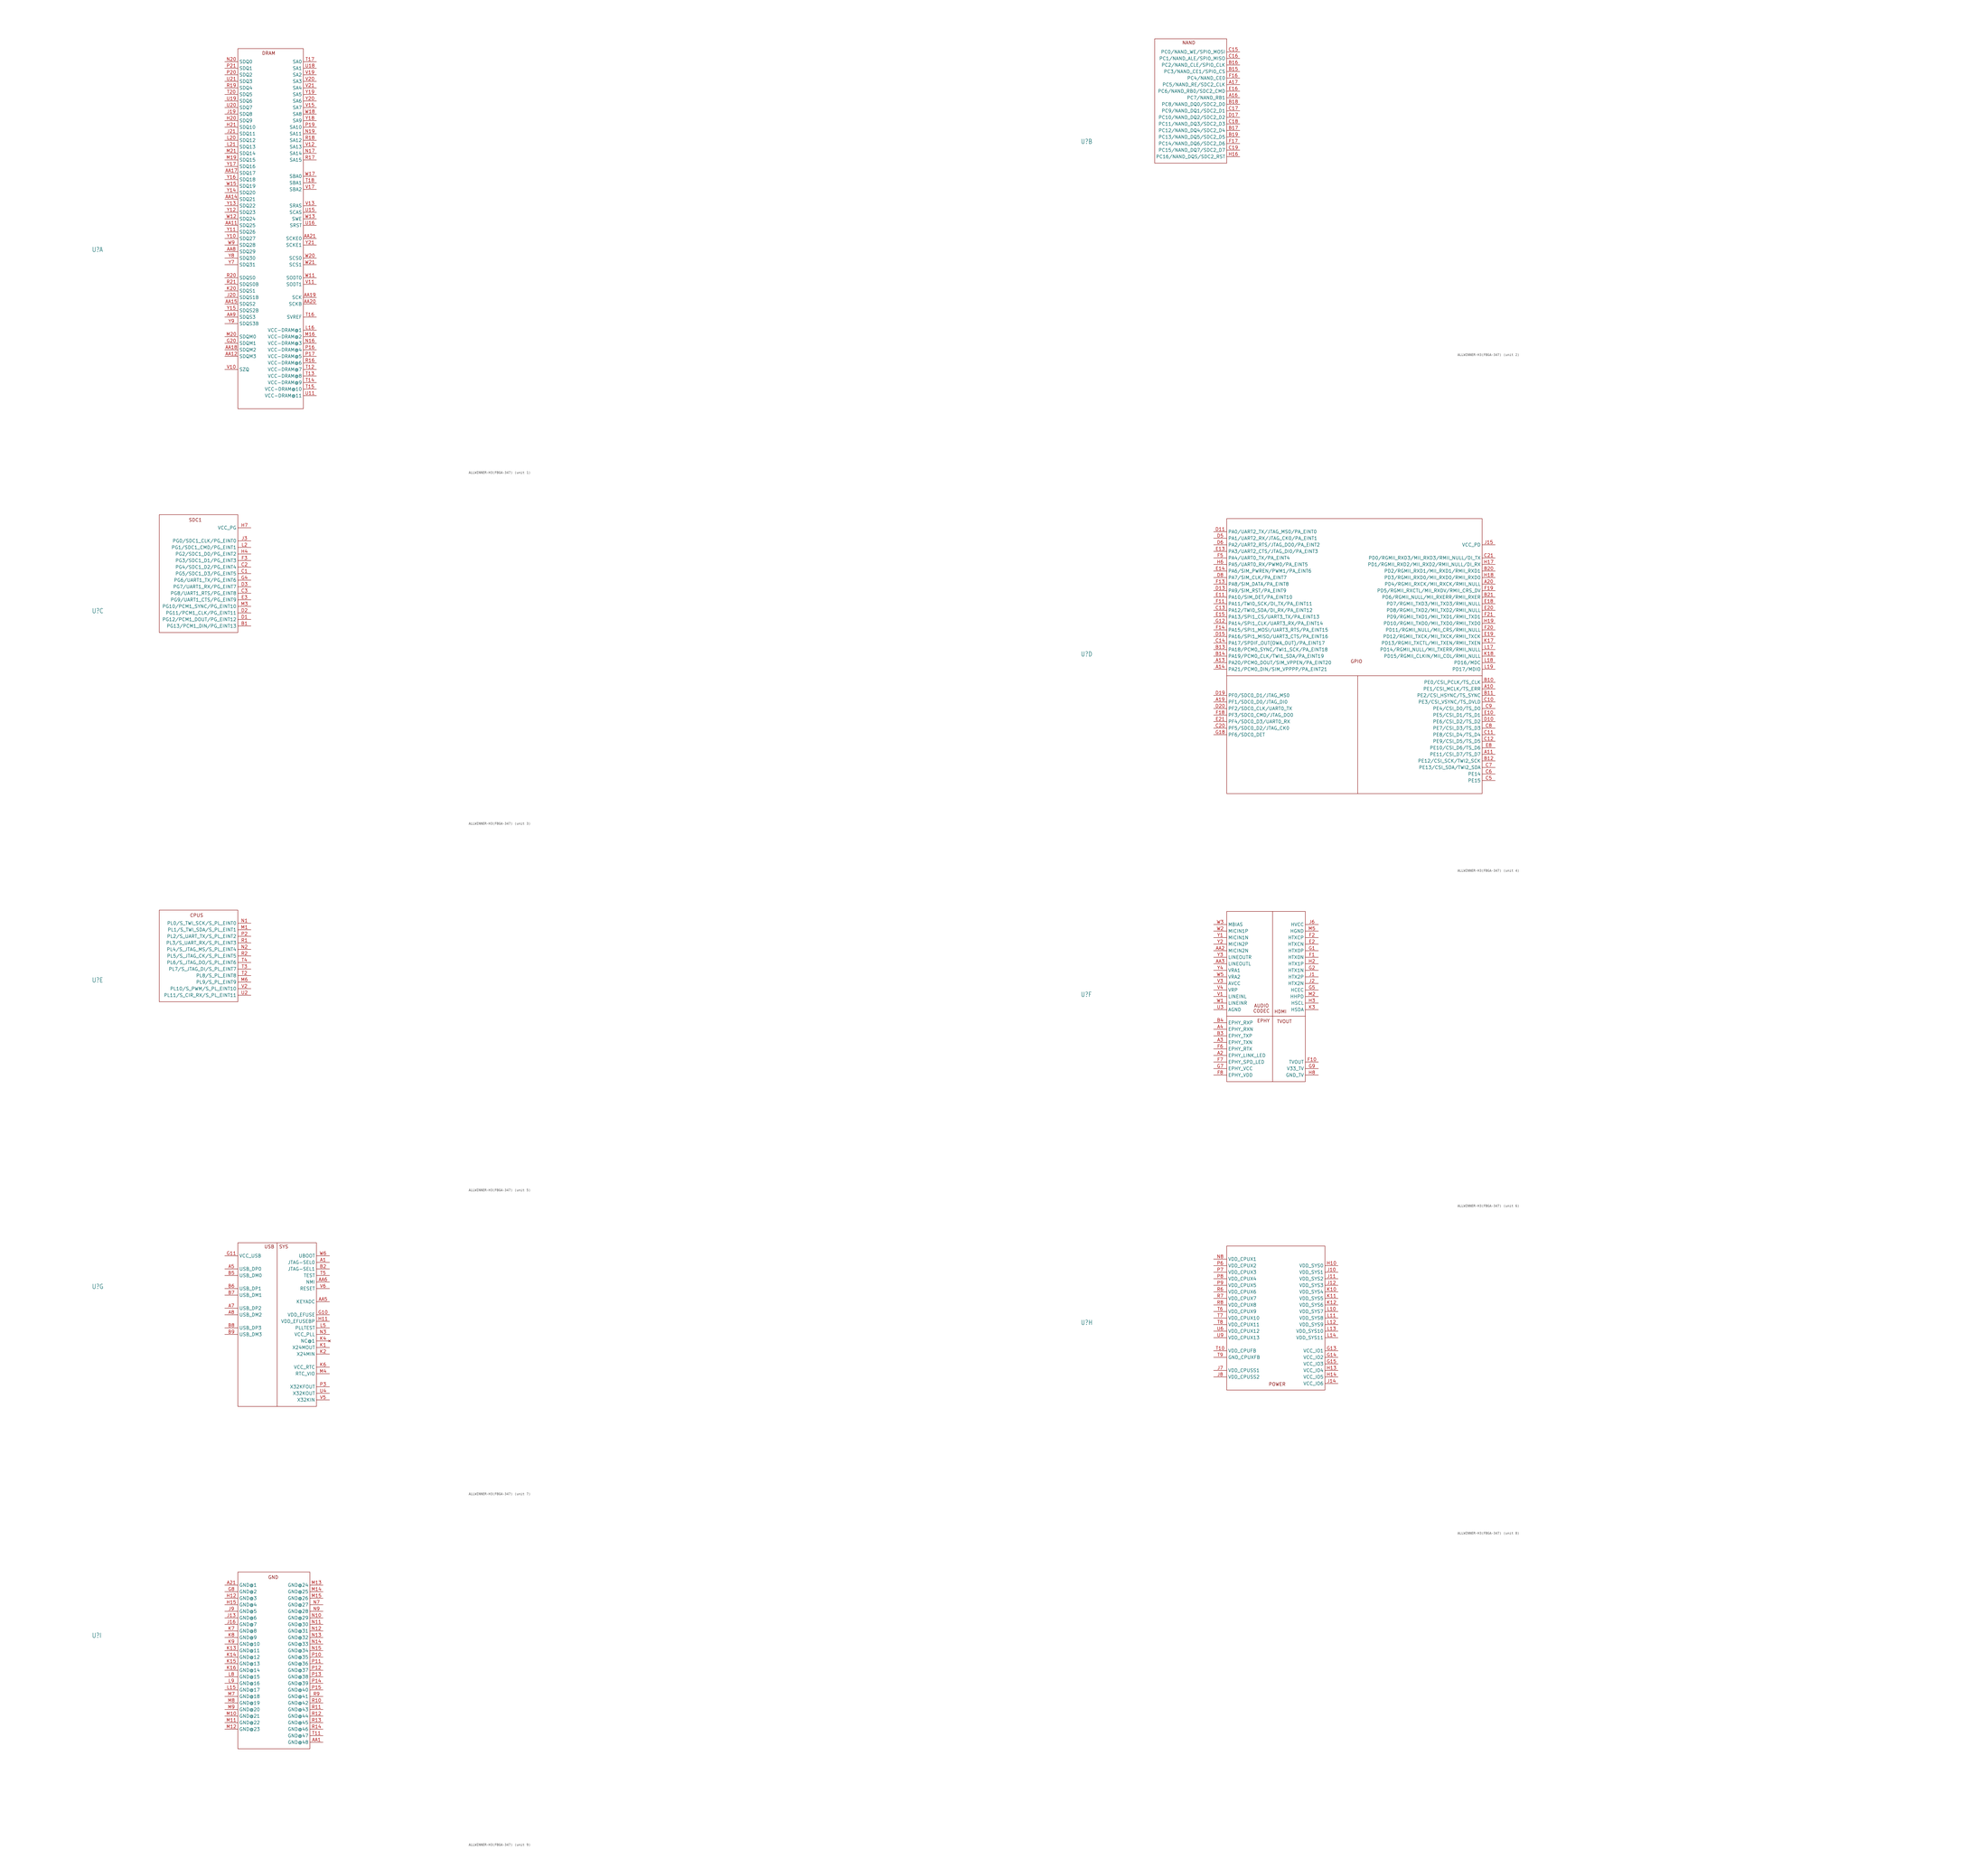
<source format=kicad_sym>
(kicad_symbol_lib
  (version 20231120)
  (generator "kicad_symbol_editor")
  (generator_version "8.0")
  (symbol "ALLWINNER-H3(FBGA-347)"
    (property "Reference" "U"
      (at -56.642 4.826 0)
      (effects (font (size 1.778 1.511)) (justify left bottom)))
    (property "Value" ""
      (at 259.08 -64.77 0)
      (effects (font (size 1.778 1.511)) (justify left bottom)))
    (property "ki_locked" ""
      (at 0 0 0)
      (effects (font (size 1.27 1.27))))
    (symbol "ALLWINNER-H3(FBGA-347)_1_0"
      (pin bidirectional line (at -5.08 15.24 0) (length 5.08) (name "SDQ25" (effects (font (size 1.27 1.27)))) (number "AA11" (effects (font (size 1.27 1.27)))))
      (pin output line (at -5.08 -35.56 0) (length 5.08) (name "SDQM3" (effects (font (size 1.27 1.27)))) (number "AA12" (effects (font (size 1.27 1.27)))))
      (pin bidirectional line (at -5.08 25.4 0) (length 5.08) (name "SDQ21" (effects (font (size 1.27 1.27)))) (number "AA14" (effects (font (size 1.27 1.27)))))
      (pin bidirectional line (at -5.08 -15.24 0) (length 5.08) (name "SDQS2" (effects (font (size 1.27 1.27)))) (number "AA15" (effects (font (size 1.27 1.27)))))
      (pin bidirectional line (at -5.08 35.56 0) (length 5.08) (name "SDQ17" (effects (font (size 1.27 1.27)))) (number "AA17" (effects (font (size 1.27 1.27)))))
      (pin output line (at -5.08 -33.02 0) (length 5.08) (name "SDQM2" (effects (font (size 1.27 1.27)))) (number "AA18" (effects (font (size 1.27 1.27)))))
      (pin output line (at 30.48 -12.7 180) (length 5.08) (name "SCK" (effects (font (size 1.27 1.27)))) (number "AA19" (effects (font (size 1.27 1.27)))))
      (pin output line (at 30.48 -15.24 180) (length 5.08) (name "SCKB" (effects (font (size 1.27 1.27)))) (number "AA20" (effects (font (size 1.27 1.27)))))
      (pin output line (at 30.48 10.16 180) (length 5.08) (name "SCKE0" (effects (font (size 1.27 1.27)))) (number "AA21" (effects (font (size 1.27 1.27)))))
      (pin bidirectional line (at -5.08 5.08 0) (length 5.08) (name "SDQ29" (effects (font (size 1.27 1.27)))) (number "AA8" (effects (font (size 1.27 1.27)))))
      (pin bidirectional line (at -5.08 -20.32 0) (length 5.08) (name "SDQS3" (effects (font (size 1.27 1.27)))) (number "AA9" (effects (font (size 1.27 1.27)))))
      (pin output line (at -5.08 -30.48 0) (length 5.08) (name "SDQM1" (effects (font (size 1.27 1.27)))) (number "G20" (effects (font (size 1.27 1.27)))))
      (pin bidirectional line (at -5.08 55.88 0) (length 5.08) (name "SDQ9" (effects (font (size 1.27 1.27)))) (number "H20" (effects (font (size 1.27 1.27)))))
      (pin bidirectional line (at -5.08 53.34 0) (length 5.08) (name "SDQ10" (effects (font (size 1.27 1.27)))) (number "H21" (effects (font (size 1.27 1.27)))))
      (pin bidirectional line (at -5.08 58.42 0) (length 5.08) (name "SDQ8" (effects (font (size 1.27 1.27)))) (number "J19" (effects (font (size 1.27 1.27)))))
      (pin bidirectional line (at -5.08 -12.7 0) (length 5.08) (name "SDQS1B" (effects (font (size 1.27 1.27)))) (number "J20" (effects (font (size 1.27 1.27)))))
      (pin bidirectional line (at -5.08 50.8 0) (length 5.08) (name "SDQ11" (effects (font (size 1.27 1.27)))) (number "J21" (effects (font (size 1.27 1.27)))))
      (pin bidirectional line (at -5.08 -10.16 0) (length 5.08) (name "SDQS1" (effects (font (size 1.27 1.27)))) (number "K20" (effects (font (size 1.27 1.27)))))
      (pin power_in line (at 30.48 -25.4 180) (length 5.08) (name "VCC-DRAM@1" (effects (font (size 1.27 1.27)))) (number "L16" (effects (font (size 1.27 1.27)))))
      (pin bidirectional line (at -5.08 48.26 0) (length 5.08) (name "SDQ12" (effects (font (size 1.27 1.27)))) (number "L20" (effects (font (size 1.27 1.27)))))
      (pin bidirectional line (at -5.08 45.72 0) (length 5.08) (name "SDQ13" (effects (font (size 1.27 1.27)))) (number "L21" (effects (font (size 1.27 1.27)))))
      (pin power_in line (at 30.48 -27.94 180) (length 5.08) (name "VCC-DRAM@2" (effects (font (size 1.27 1.27)))) (number "M16" (effects (font (size 1.27 1.27)))))
      (pin bidirectional line (at -5.08 40.64 0) (length 5.08) (name "SDQ15" (effects (font (size 1.27 1.27)))) (number "M19" (effects (font (size 1.27 1.27)))))
      (pin output line (at -5.08 -27.94 0) (length 5.08) (name "SDQM0" (effects (font (size 1.27 1.27)))) (number "M20" (effects (font (size 1.27 1.27)))))
      (pin bidirectional line (at -5.08 43.18 0) (length 5.08) (name "SDQ14" (effects (font (size 1.27 1.27)))) (number "M21" (effects (font (size 1.27 1.27)))))
      (pin power_in line (at 30.48 -30.48 180) (length 5.08) (name "VCC-DRAM@3" (effects (font (size 1.27 1.27)))) (number "N16" (effects (font (size 1.27 1.27)))))
      (pin bidirectional line (at 30.48 43.18 180) (length 5.08) (name "SA14" (effects (font (size 1.27 1.27)))) (number "N17" (effects (font (size 1.27 1.27)))))
      (pin bidirectional line (at 30.48 50.8 180) (length 5.08) (name "SA11" (effects (font (size 1.27 1.27)))) (number "N19" (effects (font (size 1.27 1.27)))))
      (pin bidirectional line (at -5.08 78.74 0) (length 5.08) (name "SDQ0" (effects (font (size 1.27 1.27)))) (number "N20" (effects (font (size 1.27 1.27)))))
      (pin power_in line (at 30.48 -33.02 180) (length 5.08) (name "VCC-DRAM@4" (effects (font (size 1.27 1.27)))) (number "P16" (effects (font (size 1.27 1.27)))))
      (pin power_in line (at 30.48 -35.56 180) (length 5.08) (name "VCC-DRAM@5" (effects (font (size 1.27 1.27)))) (number "P17" (effects (font (size 1.27 1.27)))))
      (pin bidirectional line (at 30.48 53.34 180) (length 5.08) (name "SA10" (effects (font (size 1.27 1.27)))) (number "P19" (effects (font (size 1.27 1.27)))))
      (pin bidirectional line (at -5.08 73.66 0) (length 5.08) (name "SDQ2" (effects (font (size 1.27 1.27)))) (number "P20" (effects (font (size 1.27 1.27)))))
      (pin bidirectional line (at -5.08 76.2 0) (length 5.08) (name "SDQ1" (effects (font (size 1.27 1.27)))) (number "P21" (effects (font (size 1.27 1.27)))))
      (pin power_in line (at 30.48 -38.1 180) (length 5.08) (name "VCC-DRAM@6" (effects (font (size 1.27 1.27)))) (number "R16" (effects (font (size 1.27 1.27)))))
      (pin bidirectional line (at 30.48 40.64 180) (length 5.08) (name "SA15" (effects (font (size 1.27 1.27)))) (number "R17" (effects (font (size 1.27 1.27)))))
      (pin bidirectional line (at 30.48 48.26 180) (length 5.08) (name "SA12" (effects (font (size 1.27 1.27)))) (number "R18" (effects (font (size 1.27 1.27)))))
      (pin bidirectional line (at -5.08 68.58 0) (length 5.08) (name "SDQ4" (effects (font (size 1.27 1.27)))) (number "R19" (effects (font (size 1.27 1.27)))))
      (pin bidirectional line (at -5.08 -5.08 0) (length 5.08) (name "SDQS0" (effects (font (size 1.27 1.27)))) (number "R20" (effects (font (size 1.27 1.27)))))
      (pin bidirectional line (at -5.08 -7.62 0) (length 5.08) (name "SDQS0B" (effects (font (size 1.27 1.27)))) (number "R21" (effects (font (size 1.27 1.27)))))
      (pin power_in line (at 30.48 -40.64 180) (length 5.08) (name "VCC-DRAM@7" (effects (font (size 1.27 1.27)))) (number "T12" (effects (font (size 1.27 1.27)))))
      (pin power_in line (at 30.48 -43.18 180) (length 5.08) (name "VCC-DRAM@8" (effects (font (size 1.27 1.27)))) (number "T13" (effects (font (size 1.27 1.27)))))
      (pin power_in line (at 30.48 -45.72 180) (length 5.08) (name "VCC-DRAM@9" (effects (font (size 1.27 1.27)))) (number "T14" (effects (font (size 1.27 1.27)))))
      (pin power_in line (at 30.48 -48.26 180) (length 5.08) (name "VCC-DRAM@10" (effects (font (size 1.27 1.27)))) (number "T15" (effects (font (size 1.27 1.27)))))
      (pin power_in line (at 30.48 -20.32 180) (length 5.08) (name "SVREF" (effects (font (size 1.27 1.27)))) (number "T16" (effects (font (size 1.27 1.27)))))
      (pin bidirectional line (at 30.48 78.74 180) (length 5.08) (name "SA0" (effects (font (size 1.27 1.27)))) (number "T17" (effects (font (size 1.27 1.27)))))
      (pin output line (at 30.48 31.75 180) (length 5.08) (name "SBA1" (effects (font (size 1.27 1.27)))) (number "T18" (effects (font (size 1.27 1.27)))))
      (pin bidirectional line (at -5.08 66.04 0) (length 5.08) (name "SDQ5" (effects (font (size 1.27 1.27)))) (number "T20" (effects (font (size 1.27 1.27)))))
      (pin power_in line (at 30.48 -50.8 180) (length 5.08) (name "VCC-DRAM@11" (effects (font (size 1.27 1.27)))) (number "U11" (effects (font (size 1.27 1.27)))))
      (pin output line (at 30.48 20.32 180) (length 5.08) (name "SCAS" (effects (font (size 1.27 1.27)))) (number "U15" (effects (font (size 1.27 1.27)))))
      (pin output line (at 30.48 15.24 180) (length 5.08) (name "SRST" (effects (font (size 1.27 1.27)))) (number "U16" (effects (font (size 1.27 1.27)))))
      (pin bidirectional line (at 30.48 76.2 180) (length 5.08) (name "SA1" (effects (font (size 1.27 1.27)))) (number "U18" (effects (font (size 1.27 1.27)))))
      (pin bidirectional line (at -5.08 63.5 0) (length 5.08) (name "SDQ6" (effects (font (size 1.27 1.27)))) (number "U19" (effects (font (size 1.27 1.27)))))
      (pin bidirectional line (at -5.08 60.96 0) (length 5.08) (name "SDQ7" (effects (font (size 1.27 1.27)))) (number "U20" (effects (font (size 1.27 1.27)))))
      (pin bidirectional line (at -5.08 71.12 0) (length 5.08) (name "SDQ3" (effects (font (size 1.27 1.27)))) (number "U21" (effects (font (size 1.27 1.27)))))
      (pin input line (at -5.08 -40.64 0) (length 5.08) (name "SZQ" (effects (font (size 1.27 1.27)))) (number "V10" (effects (font (size 1.27 1.27)))))
      (pin output line (at 30.48 -7.62 180) (length 5.08) (name "SODT1" (effects (font (size 1.27 1.27)))) (number "V11" (effects (font (size 1.27 1.27)))))
      (pin bidirectional line (at 30.48 45.72 180) (length 5.08) (name "SA13" (effects (font (size 1.27 1.27)))) (number "V12" (effects (font (size 1.27 1.27)))))
      (pin output line (at 30.48 22.86 180) (length 5.08) (name "SRAS" (effects (font (size 1.27 1.27)))) (number "V13" (effects (font (size 1.27 1.27)))))
      (pin bidirectional line (at 30.48 60.96 180) (length 5.08) (name "SA7" (effects (font (size 1.27 1.27)))) (number "V15" (effects (font (size 1.27 1.27)))))
      (pin output line (at 30.48 29.21 180) (length 5.08) (name "SBA2" (effects (font (size 1.27 1.27)))) (number "V17" (effects (font (size 1.27 1.27)))))
      (pin bidirectional line (at 30.48 73.66 180) (length 5.08) (name "SA2" (effects (font (size 1.27 1.27)))) (number "V19" (effects (font (size 1.27 1.27)))))
      (pin bidirectional line (at 30.48 71.12 180) (length 5.08) (name "SA3" (effects (font (size 1.27 1.27)))) (number "V20" (effects (font (size 1.27 1.27)))))
      (pin bidirectional line (at 30.48 68.58 180) (length 5.08) (name "SA4" (effects (font (size 1.27 1.27)))) (number "V21" (effects (font (size 1.27 1.27)))))
      (pin output line (at 30.48 -5.08 180) (length 5.08) (name "SODT0" (effects (font (size 1.27 1.27)))) (number "W11" (effects (font (size 1.27 1.27)))))
      (pin bidirectional line (at -5.08 17.78 0) (length 5.08) (name "SDQ24" (effects (font (size 1.27 1.27)))) (number "W12" (effects (font (size 1.27 1.27)))))
      (pin output line (at 30.48 17.78 180) (length 5.08) (name "SWE" (effects (font (size 1.27 1.27)))) (number "W13" (effects (font (size 1.27 1.27)))))
      (pin bidirectional line (at -5.08 30.48 0) (length 5.08) (name "SDQ19" (effects (font (size 1.27 1.27)))) (number "W15" (effects (font (size 1.27 1.27)))))
      (pin output line (at 30.48 34.29 180) (length 5.08) (name "SBA0" (effects (font (size 1.27 1.27)))) (number "W17" (effects (font (size 1.27 1.27)))))
      (pin bidirectional line (at 30.48 58.42 180) (length 5.08) (name "SA8" (effects (font (size 1.27 1.27)))) (number "W18" (effects (font (size 1.27 1.27)))))
      (pin output line (at 30.48 2.54 180) (length 5.08) (name "SCS0" (effects (font (size 1.27 1.27)))) (number "W20" (effects (font (size 1.27 1.27)))))
      (pin output line (at 30.48 0 180) (length 5.08) (name "SCS1" (effects (font (size 1.27 1.27)))) (number "W21" (effects (font (size 1.27 1.27)))))
      (pin bidirectional line (at -5.08 7.62 0) (length 5.08) (name "SDQ28" (effects (font (size 1.27 1.27)))) (number "W9" (effects (font (size 1.27 1.27)))))
      (pin bidirectional line (at -5.08 10.16 0) (length 5.08) (name "SDQ27" (effects (font (size 1.27 1.27)))) (number "Y10" (effects (font (size 1.27 1.27)))))
      (pin bidirectional line (at -5.08 12.7 0) (length 5.08) (name "SDQ26" (effects (font (size 1.27 1.27)))) (number "Y11" (effects (font (size 1.27 1.27)))))
      (pin bidirectional line (at -5.08 20.32 0) (length 5.08) (name "SDQ23" (effects (font (size 1.27 1.27)))) (number "Y12" (effects (font (size 1.27 1.27)))))
      (pin bidirectional line (at -5.08 22.86 0) (length 5.08) (name "SDQ22" (effects (font (size 1.27 1.27)))) (number "Y13" (effects (font (size 1.27 1.27)))))
      (pin bidirectional line (at -5.08 27.94 0) (length 5.08) (name "SDQ20" (effects (font (size 1.27 1.27)))) (number "Y14" (effects (font (size 1.27 1.27)))))
      (pin bidirectional line (at -5.08 -17.78 0) (length 5.08) (name "SDQS2B" (effects (font (size 1.27 1.27)))) (number "Y15" (effects (font (size 1.27 1.27)))))
      (pin bidirectional line (at -5.08 33.02 0) (length 5.08) (name "SDQ18" (effects (font (size 1.27 1.27)))) (number "Y16" (effects (font (size 1.27 1.27)))))
      (pin bidirectional line (at -5.08 38.1 0) (length 5.08) (name "SDQ16" (effects (font (size 1.27 1.27)))) (number "Y17" (effects (font (size 1.27 1.27)))))
      (pin bidirectional line (at 30.48 55.88 180) (length 5.08) (name "SA9" (effects (font (size 1.27 1.27)))) (number "Y18" (effects (font (size 1.27 1.27)))))
      (pin bidirectional line (at 30.48 66.04 180) (length 5.08) (name "SA5" (effects (font (size 1.27 1.27)))) (number "Y19" (effects (font (size 1.27 1.27)))))
      (pin bidirectional line (at 30.48 63.5 180) (length 5.08) (name "SA6" (effects (font (size 1.27 1.27)))) (number "Y20" (effects (font (size 1.27 1.27)))))
      (pin output line (at 30.48 7.62 180) (length 5.08) (name "SCKE1" (effects (font (size 1.27 1.27)))) (number "Y21" (effects (font (size 1.27 1.27)))))
      (pin bidirectional line (at -5.08 0 0) (length 5.08) (name "SDQ31" (effects (font (size 1.27 1.27)))) (number "Y7" (effects (font (size 1.27 1.27)))))
      (pin bidirectional line (at -5.08 2.54 0) (length 5.08) (name "SDQ30" (effects (font (size 1.27 1.27)))) (number "Y8" (effects (font (size 1.27 1.27)))))
      (pin bidirectional line (at -5.08 -22.86 0) (length 5.08) (name "SDQS3B" (effects (font (size 1.27 1.27)))) (number "Y9" (effects (font (size 1.27 1.27))))))
    (symbol "ALLWINNER-H3(FBGA-347)_1_1"
      (rectangle (start 0 83.82) (end 25.4 -55.88) (stroke (width 0) (type default)) (fill (type none)))
      (text "DRAM" (at 11.938 82.042 0) (effects (font (size 1.27 1.27)))))
    (symbol "ALLWINNER-H3(FBGA-347)_2_0"
      (pin bidirectional line (at 5.08 22.86 180) (length 5.08) (name "PC7/NAND_RB1" (effects (font (size 1.27 1.27)))) (number "A16" (effects (font (size 1.27 1.27)))))
      (pin bidirectional line (at 5.08 27.94 180) (length 5.08) (name "PC5/NAND_RE/SDC2_CLK" (effects (font (size 1.27 1.27)))) (number "A17" (effects (font (size 1.27 1.27)))))
      (pin bidirectional line (at 5.08 33.02 180) (length 5.08) (name "PC3/NAND_CE1/SPI0_CS" (effects (font (size 1.27 1.27)))) (number "B15" (effects (font (size 1.27 1.27)))))
      (pin bidirectional line (at 5.08 35.56 180) (length 5.08) (name "PC2/NAND_CLE/SPI0_CLK" (effects (font (size 1.27 1.27)))) (number "B16" (effects (font (size 1.27 1.27)))))
      (pin bidirectional line (at 5.08 10.16 180) (length 5.08) (name "PC12/NAND_DQ4/SDC2_D4" (effects (font (size 1.27 1.27)))) (number "B17" (effects (font (size 1.27 1.27)))))
      (pin bidirectional line (at 5.08 20.32 180) (length 5.08) (name "PC8/NAND_DQ0/SDC2_D0" (effects (font (size 1.27 1.27)))) (number "B18" (effects (font (size 1.27 1.27)))))
      (pin bidirectional line (at 5.08 7.62 180) (length 5.08) (name "PC13/NAND_DQ5/SDC2_D5" (effects (font (size 1.27 1.27)))) (number "B19" (effects (font (size 1.27 1.27)))))
      (pin bidirectional line (at 5.08 40.64 180) (length 5.08) (name "PC0/NAND_WE/SPI0_MOSI" (effects (font (size 1.27 1.27)))) (number "C15" (effects (font (size 1.27 1.27)))))
      (pin bidirectional line (at 5.08 38.1 180) (length 5.08) (name "PC1/NAND_ALE/SPI0_MISO" (effects (font (size 1.27 1.27)))) (number "C16" (effects (font (size 1.27 1.27)))))
      (pin bidirectional line (at 5.08 17.78 180) (length 5.08) (name "PC9/NAND_DQ1/SDC2_D1" (effects (font (size 1.27 1.27)))) (number "C17" (effects (font (size 1.27 1.27)))))
      (pin bidirectional line (at 5.08 12.7 180) (length 5.08) (name "PC11/NAND_DQ3/SDC2_D3" (effects (font (size 1.27 1.27)))) (number "C18" (effects (font (size 1.27 1.27)))))
      (pin bidirectional line (at 5.08 2.54 180) (length 5.08) (name "PC15/NAND_DQ7/SDC2_D7" (effects (font (size 1.27 1.27)))) (number "C19" (effects (font (size 1.27 1.27)))))
      (pin bidirectional line (at 5.08 15.24 180) (length 5.08) (name "PC10/NAND_DQ2/SDC2_D2" (effects (font (size 1.27 1.27)))) (number "D17" (effects (font (size 1.27 1.27)))))
      (pin bidirectional line (at 5.08 25.4 180) (length 5.08) (name "PC6/NAND_RB0/SDC2_CMD" (effects (font (size 1.27 1.27)))) (number "E16" (effects (font (size 1.27 1.27)))))
      (pin bidirectional line (at 5.08 30.48 180) (length 5.08) (name "PC4/NAND_CE0" (effects (font (size 1.27 1.27)))) (number "F16" (effects (font (size 1.27 1.27)))))
      (pin bidirectional line (at 5.08 5.08 180) (length 5.08) (name "PC14/NAND_DQ6/SDC2_D6" (effects (font (size 1.27 1.27)))) (number "F17" (effects (font (size 1.27 1.27)))))
      (pin bidirectional line (at 5.08 0 180) (length 5.08) (name "PC16/NAND_DQS/SDC2_RST" (effects (font (size 1.27 1.27)))) (number "H16" (effects (font (size 1.27 1.27))))))
    (symbol "ALLWINNER-H3(FBGA-347)_2_1"
      (rectangle (start 0 45.72) (end -27.94 -2.54) (stroke (width 0) (type default)) (fill (type none)))
      (text "NAND" (at -14.732 44.196 0) (effects (font (size 1.27 1.27)))))
    (symbol "ALLWINNER-H3(FBGA-347)_3_0"
      (pin bidirectional line (at 5.08 0 180) (length 5.08) (name "PG13/PCM1_DIN/PG_EINT13" (effects (font (size 1.27 1.27)))) (number "B1" (effects (font (size 1.27 1.27)))))
      (pin bidirectional line (at 5.08 20.32 180) (length 5.08) (name "PG5/SDC1_D3/PG_EINT5" (effects (font (size 1.27 1.27)))) (number "C1" (effects (font (size 1.27 1.27)))))
      (pin bidirectional line (at 5.08 22.86 180) (length 5.08) (name "PG4/SDC1_D2/PG_EINT4" (effects (font (size 1.27 1.27)))) (number "C2" (effects (font (size 1.27 1.27)))))
      (pin bidirectional line (at 5.08 12.7 180) (length 5.08) (name "PG8/UART1_RTS/PG_EINT8" (effects (font (size 1.27 1.27)))) (number "C3" (effects (font (size 1.27 1.27)))))
      (pin bidirectional line (at 5.08 2.54 180) (length 5.08) (name "PG12/PCM1_DOUT/PG_EINT12" (effects (font (size 1.27 1.27)))) (number "D1" (effects (font (size 1.27 1.27)))))
      (pin bidirectional line (at 5.08 5.08 180) (length 5.08) (name "PG11/PCM1_CLK/PG_EINT11" (effects (font (size 1.27 1.27)))) (number "D2" (effects (font (size 1.27 1.27)))))
      (pin bidirectional line (at 5.08 15.24 180) (length 5.08) (name "PG7/UART1_RX/PG_EINT7" (effects (font (size 1.27 1.27)))) (number "D3" (effects (font (size 1.27 1.27)))))
      (pin bidirectional line (at 5.08 10.16 180) (length 5.08) (name "PG9/UART1_CTS/PG_EINT9" (effects (font (size 1.27 1.27)))) (number "E3" (effects (font (size 1.27 1.27)))))
      (pin bidirectional line (at 5.08 25.4 180) (length 5.08) (name "PG3/SDC1_D1/PG_EINT3" (effects (font (size 1.27 1.27)))) (number "F3" (effects (font (size 1.27 1.27)))))
      (pin bidirectional line (at 5.08 17.78 180) (length 5.08) (name "PG6/UART1_TX/PG_EINT6" (effects (font (size 1.27 1.27)))) (number "G4" (effects (font (size 1.27 1.27)))))
      (pin bidirectional line (at 5.08 27.94 180) (length 5.08) (name "PG2/SDC1_D0/PG_EINT2" (effects (font (size 1.27 1.27)))) (number "H4" (effects (font (size 1.27 1.27)))))
      (pin power_in line (at 5.08 38.1 180) (length 5.08) (name "VCC_PG" (effects (font (size 1.27 1.27)))) (number "H7" (effects (font (size 1.27 1.27)))))
      (pin bidirectional line (at 5.08 33.02 180) (length 5.08) (name "PG0/SDC1_CLK/PG_EINT0" (effects (font (size 1.27 1.27)))) (number "J3" (effects (font (size 1.27 1.27)))))
      (pin bidirectional line (at 5.08 30.48 180) (length 5.08) (name "PG1/SDC1_CMD/PG_EINT1" (effects (font (size 1.27 1.27)))) (number "L2" (effects (font (size 1.27 1.27)))))
      (pin bidirectional line (at 5.08 7.62 180) (length 5.08) (name "PG10/PCM1_SYNC/PG_EINT10" (effects (font (size 1.27 1.27)))) (number "M3" (effects (font (size 1.27 1.27))))))
    (symbol "ALLWINNER-H3(FBGA-347)_3_1"
      (rectangle (start 0 43.18) (end -30.48 -2.54) (stroke (width 0) (type default)) (fill (type none)))
      (text "SDC1" (at -16.51 41.148 0) (effects (font (size 1.27 1.27)))))
    (symbol "ALLWINNER-H3(FBGA-347)_4_0"
      (pin bidirectional line (at 104.14 -7.62 180) (length 5.08) (name "PE1/CSI_MCLK/TS_ERR" (effects (font (size 1.27 1.27)))) (number "A10" (effects (font (size 1.27 1.27)))))
      (pin bidirectional line (at 104.14 -33.02 180) (length 5.08) (name "PE11/CSI_D7/TS_D7" (effects (font (size 1.27 1.27)))) (number "A11" (effects (font (size 1.27 1.27)))))
      (pin bidirectional line (at -5.08 2.54 0) (length 5.08) (name "PA20/PCM0_DOUT/SIM_VPPEN/PA_EINT20" (effects (font (size 1.27 1.27)))) (number "A13" (effects (font (size 1.27 1.27)))))
      (pin bidirectional line (at -5.08 0 0) (length 5.08) (name "PA21/PCM0_DIN/SIM_VPPPP/PA_EINT21" (effects (font (size 1.27 1.27)))) (number "A14" (effects (font (size 1.27 1.27)))))
      (pin bidirectional line (at -5.08 -12.7 0) (length 5.08) (name "PF1/SDC0_D0/JTAG_DI0" (effects (font (size 1.27 1.27)))) (number "A19" (effects (font (size 1.27 1.27)))))
      (pin bidirectional line (at 104.14 33.02 180) (length 5.08) (name "PD4/RGMII_RXCK/MII_RXCK/RMII_NULL" (effects (font (size 1.27 1.27)))) (number "A20" (effects (font (size 1.27 1.27)))))
      (pin bidirectional line (at 104.14 -5.08 180) (length 5.08) (name "PE0/CSI_PCLK/TS_CLK" (effects (font (size 1.27 1.27)))) (number "B10" (effects (font (size 1.27 1.27)))))
      (pin bidirectional line (at 104.14 -10.16 180) (length 5.08) (name "PE2/CSI_HSYNC/TS_SYNC" (effects (font (size 1.27 1.27)))) (number "B11" (effects (font (size 1.27 1.27)))))
      (pin bidirectional line (at 104.14 -35.56 180) (length 5.08) (name "PE12/CSI_SCK/TWI2_SCK" (effects (font (size 1.27 1.27)))) (number "B12" (effects (font (size 1.27 1.27)))))
      (pin bidirectional line (at -5.08 7.62 0) (length 5.08) (name "PA18/PCM0_SYNC/TWI1_SCK/PA_EINT18" (effects (font (size 1.27 1.27)))) (number "B13" (effects (font (size 1.27 1.27)))))
      (pin bidirectional line (at -5.08 5.08 0) (length 5.08) (name "PA19/PCM0_CLK/TWI1_SDA/PA_EINT19" (effects (font (size 1.27 1.27)))) (number "B14" (effects (font (size 1.27 1.27)))))
      (pin bidirectional line (at 104.14 38.1 180) (length 5.08) (name "PD2/RGMII_RXD1/MII_RXD1/RMII_RXD1" (effects (font (size 1.27 1.27)))) (number "B20" (effects (font (size 1.27 1.27)))))
      (pin bidirectional line (at 104.14 27.94 180) (length 5.08) (name "PD6/RGMII_NULL/MII_RXERR/RMII_RXER" (effects (font (size 1.27 1.27)))) (number "B21" (effects (font (size 1.27 1.27)))))
      (pin bidirectional line (at 104.14 -12.7 180) (length 5.08) (name "PE3/CSI_VSYNC/TS_DVLD" (effects (font (size 1.27 1.27)))) (number "C10" (effects (font (size 1.27 1.27)))))
      (pin bidirectional line (at 104.14 -25.4 180) (length 5.08) (name "PE8/CSI_D4/TS_D4" (effects (font (size 1.27 1.27)))) (number "C11" (effects (font (size 1.27 1.27)))))
      (pin bidirectional line (at 104.14 -27.94 180) (length 5.08) (name "PE9/CSI_D5/TS_D5" (effects (font (size 1.27 1.27)))) (number "C12" (effects (font (size 1.27 1.27)))))
      (pin bidirectional line (at -5.08 22.86 0) (length 5.08) (name "PA12/TWI0_SDA/DI_RX/PA_EINT12" (effects (font (size 1.27 1.27)))) (number "C13" (effects (font (size 1.27 1.27)))))
      (pin bidirectional line (at -5.08 10.16 0) (length 5.08) (name "PA17/SPDIF_OUT(OWA_OUT)/PA_EINT17" (effects (font (size 1.27 1.27)))) (number "C14" (effects (font (size 1.27 1.27)))))
      (pin bidirectional line (at -5.08 -22.86 0) (length 5.08) (name "PF5/SDC0_D2/JTAG_CK0" (effects (font (size 1.27 1.27)))) (number "C20" (effects (font (size 1.27 1.27)))))
      (pin bidirectional line (at 104.14 43.18 180) (length 5.08) (name "PD0/RGMII_RXD3/MII_RXD3/RMII_NULL/DI_TX" (effects (font (size 1.27 1.27)))) (number "C21" (effects (font (size 1.27 1.27)))))
      (pin bidirectional line (at 104.14 -43.18 180) (length 5.08) (name "PE15" (effects (font (size 1.27 1.27)))) (number "C5" (effects (font (size 1.27 1.27)))))
      (pin bidirectional line (at 104.14 -40.64 180) (length 5.08) (name "PE14" (effects (font (size 1.27 1.27)))) (number "C6" (effects (font (size 1.27 1.27)))))
      (pin bidirectional line (at 104.14 -38.1 180) (length 5.08) (name "PE13/CSI_SDA/TWI2_SDA" (effects (font (size 1.27 1.27)))) (number "C7" (effects (font (size 1.27 1.27)))))
      (pin bidirectional line (at 104.14 -22.86 180) (length 5.08) (name "PE7/CSI_D3/TS_D3" (effects (font (size 1.27 1.27)))) (number "C8" (effects (font (size 1.27 1.27)))))
      (pin bidirectional line (at 104.14 -15.24 180) (length 5.08) (name "PE4/CSI_D0/TS_D0" (effects (font (size 1.27 1.27)))) (number "C9" (effects (font (size 1.27 1.27)))))
      (pin bidirectional line (at 104.14 -20.32 180) (length 5.08) (name "PE6/CSI_D2/TS_D2" (effects (font (size 1.27 1.27)))) (number "D10" (effects (font (size 1.27 1.27)))))
      (pin bidirectional line (at -5.08 53.34 0) (length 5.08) (name "PA0/UART2_TX/JTAG_MS0/PA_EINT0" (effects (font (size 1.27 1.27)))) (number "D11" (effects (font (size 1.27 1.27)))))
      (pin bidirectional line (at -5.08 30.48 0) (length 5.08) (name "PA9/SIM_RST/PA_EINT9" (effects (font (size 1.27 1.27)))) (number "D13" (effects (font (size 1.27 1.27)))))
      (pin bidirectional line (at -5.08 12.7 0) (length 5.08) (name "PA16/SPI1_MISO/UART3_CTS/PA_EINT16" (effects (font (size 1.27 1.27)))) (number "D15" (effects (font (size 1.27 1.27)))))
      (pin bidirectional line (at -5.08 -10.16 0) (length 5.08) (name "PF0/SDC0_D1/JTAG_MS0" (effects (font (size 1.27 1.27)))) (number "D19" (effects (font (size 1.27 1.27)))))
      (pin bidirectional line (at -5.08 -15.24 0) (length 5.08) (name "PF2/SDC0_CLK/UART0_TX" (effects (font (size 1.27 1.27)))) (number "D20" (effects (font (size 1.27 1.27)))))
      (pin bidirectional line (at -5.08 50.8 0) (length 5.08) (name "PA1/UART2_RX/JTAG_CK0/PA_EINT1" (effects (font (size 1.27 1.27)))) (number "D5" (effects (font (size 1.27 1.27)))))
      (pin bidirectional line (at -5.08 48.26 0) (length 5.08) (name "PA2/UART2_RTS/JTAG_DO0/PA_EINT2" (effects (font (size 1.27 1.27)))) (number "D6" (effects (font (size 1.27 1.27)))))
      (pin bidirectional line (at -5.08 35.56 0) (length 5.08) (name "PA7/SIM_CLK/PA_EINT7" (effects (font (size 1.27 1.27)))) (number "D8" (effects (font (size 1.27 1.27)))))
      (pin bidirectional line (at 104.14 -17.78 180) (length 5.08) (name "PE5/CSI_D1/TS_D1" (effects (font (size 1.27 1.27)))) (number "E10" (effects (font (size 1.27 1.27)))))
      (pin bidirectional line (at -5.08 27.94 0) (length 5.08) (name "PA10/SIM_DET/PA_EINT10" (effects (font (size 1.27 1.27)))) (number "E11" (effects (font (size 1.27 1.27)))))
      (pin bidirectional line (at -5.08 45.72 0) (length 5.08) (name "PA3/UART2_CTS/JTAG_DI0/PA_EINT3" (effects (font (size 1.27 1.27)))) (number "E13" (effects (font (size 1.27 1.27)))))
      (pin bidirectional line (at -5.08 38.1 0) (length 5.08) (name "PA6/SIM_PWREN/PWM1/PA_EINT6" (effects (font (size 1.27 1.27)))) (number "E14" (effects (font (size 1.27 1.27)))))
      (pin bidirectional line (at -5.08 20.32 0) (length 5.08) (name "PA13/SPI1_CS/UART3_TX/PA_EINT13" (effects (font (size 1.27 1.27)))) (number "E15" (effects (font (size 1.27 1.27)))))
      (pin bidirectional line (at 104.14 25.4 180) (length 5.08) (name "PD7/RGMII_TXD3/MII_TXD3/RMII_NULL" (effects (font (size 1.27 1.27)))) (number "E18" (effects (font (size 1.27 1.27)))))
      (pin bidirectional line (at 104.14 12.7 180) (length 5.08) (name "PD12/RGMII_TXCK/MII_TXCK/RMII_TXCK" (effects (font (size 1.27 1.27)))) (number "E19" (effects (font (size 1.27 1.27)))))
      (pin bidirectional line (at 104.14 22.86 180) (length 5.08) (name "PD8/RGMII_TXD2/MII_TXD2/RMII_NULL" (effects (font (size 1.27 1.27)))) (number "E20" (effects (font (size 1.27 1.27)))))
      (pin bidirectional line (at -5.08 -20.32 0) (length 5.08) (name "PF4/SDC0_D3/UART0_RX" (effects (font (size 1.27 1.27)))) (number "E21" (effects (font (size 1.27 1.27)))))
      (pin bidirectional line (at 104.14 -30.48 180) (length 5.08) (name "PE10/CSI_D6/TS_D6" (effects (font (size 1.27 1.27)))) (number "E8" (effects (font (size 1.27 1.27)))))
      (pin bidirectional line (at -5.08 25.4 0) (length 5.08) (name "PA11/TWI0_SCK/DI_TX/PA_EINT11" (effects (font (size 1.27 1.27)))) (number "F11" (effects (font (size 1.27 1.27)))))
      (pin bidirectional line (at -5.08 33.02 0) (length 5.08) (name "PA8/SIM_DATA/PA_EINT8" (effects (font (size 1.27 1.27)))) (number "F13" (effects (font (size 1.27 1.27)))))
      (pin bidirectional line (at -5.08 15.24 0) (length 5.08) (name "PA15/SPI1_MOSI/UART3_RTS/PA_EINT15" (effects (font (size 1.27 1.27)))) (number "F14" (effects (font (size 1.27 1.27)))))
      (pin bidirectional line (at -5.08 -17.78 0) (length 5.08) (name "PF3/SDC0_CMD/JTAG_DO0" (effects (font (size 1.27 1.27)))) (number "F18" (effects (font (size 1.27 1.27)))))
      (pin bidirectional line (at 104.14 30.48 180) (length 5.08) (name "PD5/RGMII_RXCTL/MII_RXDV/RMII_CRS_DV" (effects (font (size 1.27 1.27)))) (number "F19" (effects (font (size 1.27 1.27)))))
      (pin bidirectional line (at 104.14 15.24 180) (length 5.08) (name "PD11/RGMII_NULL/MII_CRS/RMII_NULL" (effects (font (size 1.27 1.27)))) (number "F20" (effects (font (size 1.27 1.27)))))
      (pin bidirectional line (at 104.14 20.32 180) (length 5.08) (name "PD9/RGMII_TXD1/MII_TXD1/RMII_TXD1" (effects (font (size 1.27 1.27)))) (number "F21" (effects (font (size 1.27 1.27)))))
      (pin bidirectional line (at -5.08 43.18 0) (length 5.08) (name "PA4/UART0_TX/PA_EINT4" (effects (font (size 1.27 1.27)))) (number "F5" (effects (font (size 1.27 1.27)))))
      (pin bidirectional line (at -5.08 17.78 0) (length 5.08) (name "PA14/SPI1_CLK/UART3_RX/PA_EINT14" (effects (font (size 1.27 1.27)))) (number "G12" (effects (font (size 1.27 1.27)))))
      (pin bidirectional line (at -5.08 -25.4 0) (length 5.08) (name "PF6/SDC0_DET" (effects (font (size 1.27 1.27)))) (number "G18" (effects (font (size 1.27 1.27)))))
      (pin bidirectional line (at 104.14 40.64 180) (length 5.08) (name "PD1/RGMII_RXD2/MII_RXD2/RMII_NULL/DI_RX" (effects (font (size 1.27 1.27)))) (number "H17" (effects (font (size 1.27 1.27)))))
      (pin bidirectional line (at 104.14 35.56 180) (length 5.08) (name "PD3/RGMII_RXD0/MII_RXD0/RMII_RXD0" (effects (font (size 1.27 1.27)))) (number "H18" (effects (font (size 1.27 1.27)))))
      (pin bidirectional line (at 104.14 17.78 180) (length 5.08) (name "PD10/RGMII_TXD0/MII_TXD0/RMII_TXD0" (effects (font (size 1.27 1.27)))) (number "H19" (effects (font (size 1.27 1.27)))))
      (pin bidirectional line (at -5.08 40.64 0) (length 5.08) (name "PA5/UART0_RX/PWM0/PA_EINT5" (effects (font (size 1.27 1.27)))) (number "H6" (effects (font (size 1.27 1.27)))))
      (pin power_in line (at 104.14 48.26 180) (length 5.08) (name "VCC_PD" (effects (font (size 1.27 1.27)))) (number "J15" (effects (font (size 1.27 1.27)))))
      (pin bidirectional line (at 104.14 10.16 180) (length 5.08) (name "PD13/RGMII_TXCTL/MII_TXEN/RMII_TXEN" (effects (font (size 1.27 1.27)))) (number "K17" (effects (font (size 1.27 1.27)))))
      (pin bidirectional line (at 104.14 5.08 180) (length 5.08) (name "PD15/RGMII_CLKIN/MII_COL/RMII_NULL" (effects (font (size 1.27 1.27)))) (number "K18" (effects (font (size 1.27 1.27)))))
      (pin bidirectional line (at 104.14 7.62 180) (length 5.08) (name "PD14/RGMII_NULL/MII_TXERR/RMII_NULL" (effects (font (size 1.27 1.27)))) (number "L17" (effects (font (size 1.27 1.27)))))
      (pin bidirectional line (at 104.14 2.54 180) (length 5.08) (name "PD16/MDC" (effects (font (size 1.27 1.27)))) (number "L18" (effects (font (size 1.27 1.27)))))
      (pin bidirectional line (at 104.14 0 180) (length 5.08) (name "PD17/MDIO" (effects (font (size 1.27 1.27)))) (number "L19" (effects (font (size 1.27 1.27))))))
    (symbol "ALLWINNER-H3(FBGA-347)_4_1"
      (polyline (pts (xy 0 -2.54) (xy 99.06 -2.54)) (stroke (width 0) (type default)) (fill (type none)))
      (polyline (pts (xy 50.8 -2.54) (xy 50.8 -48.26)) (stroke (width 0) (type default)) (fill (type none)))
      (rectangle (start 0 58.42) (end 99.06 -48.26) (stroke (width 0) (type default)) (fill (type none)))
      (text "GPIO" (at 50.292 3.048 0) (effects (font (size 1.27 1.27)))))
    (symbol "ALLWINNER-H3(FBGA-347)_5_0"
      (pin bidirectional line (at 5.08 25.4 180) (length 5.08) (name "PL1/S_TWI_SDA/S_PL_EINT1" (effects (font (size 1.27 1.27)))) (number "M1" (effects (font (size 1.27 1.27)))))
      (pin bidirectional line (at 5.08 5.08 180) (length 5.08) (name "PL9/S_PL_EINT9" (effects (font (size 1.27 1.27)))) (number "M6" (effects (font (size 1.27 1.27)))))
      (pin bidirectional line (at 5.08 27.94 180) (length 5.08) (name "PL0/S_TWI_SCK/S_PL_EINT0" (effects (font (size 1.27 1.27)))) (number "N1" (effects (font (size 1.27 1.27)))))
      (pin bidirectional line (at 5.08 17.78 180) (length 5.08) (name "PL4/S_JTAG_MS/S_PL_EINT4" (effects (font (size 1.27 1.27)))) (number "N2" (effects (font (size 1.27 1.27)))))
      (pin bidirectional line (at 5.08 22.86 180) (length 5.08) (name "PL2/S_UART_TX/S_PL_EINT2" (effects (font (size 1.27 1.27)))) (number "P2" (effects (font (size 1.27 1.27)))))
      (pin bidirectional line (at 5.08 20.32 180) (length 5.08) (name "PL3/S_UART_RX/S_PL_EINT3" (effects (font (size 1.27 1.27)))) (number "R1" (effects (font (size 1.27 1.27)))))
      (pin bidirectional line (at 5.08 15.24 180) (length 5.08) (name "PL5/S_JTAG_CK/S_PL_EINT5" (effects (font (size 1.27 1.27)))) (number "R2" (effects (font (size 1.27 1.27)))))
      (pin bidirectional line (at 5.08 7.62 180) (length 5.08) (name "PL8/S_PL_EINT8" (effects (font (size 1.27 1.27)))) (number "T2" (effects (font (size 1.27 1.27)))))
      (pin bidirectional line (at 5.08 10.16 180) (length 5.08) (name "PL7/S_JTAG_DI/S_PL_EINT7" (effects (font (size 1.27 1.27)))) (number "T3" (effects (font (size 1.27 1.27)))))
      (pin bidirectional line (at 5.08 12.7 180) (length 5.08) (name "PL6/S_JTAG_DO/S_PL_EINT6" (effects (font (size 1.27 1.27)))) (number "T4" (effects (font (size 1.27 1.27)))))
      (pin bidirectional line (at 5.08 0 180) (length 5.08) (name "PL11/S_CIR_RX/S_PL_EINT11" (effects (font (size 1.27 1.27)))) (number "U2" (effects (font (size 1.27 1.27)))))
      (pin bidirectional line (at 5.08 2.54 180) (length 5.08) (name "PL10/S_PWM/S_PL_EINT10" (effects (font (size 1.27 1.27)))) (number "V2" (effects (font (size 1.27 1.27))))))
    (symbol "ALLWINNER-H3(FBGA-347)_5_1"
      (rectangle (start 0 33.02) (end -30.48 -2.54) (stroke (width 0) (type default)) (fill (type none)))
      (text "CPUS" (at -16.002 30.988 0) (effects (font (size 1.27 1.27)))))
    (symbol "ALLWINNER-H3(FBGA-347)_6_0"
      (pin output line (at -5.08 -17.78 0) (length 5.08) (name "EPHY_LINK_LED" (effects (font (size 1.27 1.27)))) (number "A2" (effects (font (size 1.27 1.27)))))
      (pin bidirectional line (at -5.08 -12.7 0) (length 5.08) (name "EPHY_TXN" (effects (font (size 1.27 1.27)))) (number "A3" (effects (font (size 1.27 1.27)))))
      (pin bidirectional line (at -5.08 -7.62 0) (length 5.08) (name "EPHY_RXN" (effects (font (size 1.27 1.27)))) (number "A4" (effects (font (size 1.27 1.27)))))
      (pin input line (at -5.08 22.86 0) (length 5.08) (name "MICIN2N" (effects (font (size 1.27 1.27)))) (number "AA2" (effects (font (size 1.27 1.27)))))
      (pin output line (at -5.08 17.78 0) (length 5.08) (name "LINEOUTL" (effects (font (size 1.27 1.27)))) (number "AA3" (effects (font (size 1.27 1.27)))))
      (pin bidirectional line (at -5.08 -10.16 0) (length 5.08) (name "EPHY_TXP" (effects (font (size 1.27 1.27)))) (number "B3" (effects (font (size 1.27 1.27)))))
      (pin bidirectional line (at -5.08 -5.08 0) (length 5.08) (name "EPHY_RXP" (effects (font (size 1.27 1.27)))) (number "B4" (effects (font (size 1.27 1.27)))))
      (pin output line (at 35.56 25.4 180) (length 5.08) (name "HTXCN" (effects (font (size 1.27 1.27)))) (number "E2" (effects (font (size 1.27 1.27)))))
      (pin output line (at 35.56 20.32 180) (length 5.08) (name "HTX0N" (effects (font (size 1.27 1.27)))) (number "F1" (effects (font (size 1.27 1.27)))))
      (pin output line (at 35.56 -20.32 180) (length 5.08) (name "TVOUT" (effects (font (size 1.27 1.27)))) (number "F10" (effects (font (size 1.27 1.27)))))
      (pin output line (at 35.56 27.94 180) (length 5.08) (name "HTXCP" (effects (font (size 1.27 1.27)))) (number "F2" (effects (font (size 1.27 1.27)))))
      (pin input line (at -5.08 -15.24 0) (length 5.08) (name "EPHY_RTX" (effects (font (size 1.27 1.27)))) (number "F6" (effects (font (size 1.27 1.27)))))
      (pin output line (at -5.08 -20.32 0) (length 5.08) (name "EPHY_SPD_LED" (effects (font (size 1.27 1.27)))) (number "F7" (effects (font (size 1.27 1.27)))))
      (pin power_in line (at -5.08 -25.4 0) (length 5.08) (name "EPHY_VDD" (effects (font (size 1.27 1.27)))) (number "F8" (effects (font (size 1.27 1.27)))))
      (pin output line (at 35.56 22.86 180) (length 5.08) (name "HTX0P" (effects (font (size 1.27 1.27)))) (number "G1" (effects (font (size 1.27 1.27)))))
      (pin output line (at 35.56 15.24 180) (length 5.08) (name "HTX1N" (effects (font (size 1.27 1.27)))) (number "G2" (effects (font (size 1.27 1.27)))))
      (pin bidirectional line (at 35.56 7.62 180) (length 5.08) (name "HCEC" (effects (font (size 1.27 1.27)))) (number "G5" (effects (font (size 1.27 1.27)))))
      (pin power_in line (at -5.08 -22.86 0) (length 5.08) (name "EPHY_VCC" (effects (font (size 1.27 1.27)))) (number "G7" (effects (font (size 1.27 1.27)))))
      (pin power_in line (at 35.56 -22.86 180) (length 5.08) (name "V33_TV" (effects (font (size 1.27 1.27)))) (number "G9" (effects (font (size 1.27 1.27)))))
      (pin output line (at 35.56 17.78 180) (length 5.08) (name "HTX1P" (effects (font (size 1.27 1.27)))) (number "H2" (effects (font (size 1.27 1.27)))))
      (pin output line (at 35.56 2.54 180) (length 5.08) (name "HSCL" (effects (font (size 1.27 1.27)))) (number "H3" (effects (font (size 1.27 1.27)))))
      (pin power_in line (at 35.56 -25.4 180) (length 5.08) (name "GND_TV" (effects (font (size 1.27 1.27)))) (number "H8" (effects (font (size 1.27 1.27)))))
      (pin output line (at 35.56 12.7 180) (length 5.08) (name "HTX2P" (effects (font (size 1.27 1.27)))) (number "J1" (effects (font (size 1.27 1.27)))))
      (pin output line (at 35.56 10.16 180) (length 5.08) (name "HTX2N" (effects (font (size 1.27 1.27)))) (number "J2" (effects (font (size 1.27 1.27)))))
      (pin power_in line (at 35.56 33.02 180) (length 5.08) (name "HVCC" (effects (font (size 1.27 1.27)))) (number "J6" (effects (font (size 1.27 1.27)))))
      (pin bidirectional line (at 35.56 0 180) (length 5.08) (name "HSDA" (effects (font (size 1.27 1.27)))) (number "K3" (effects (font (size 1.27 1.27)))))
      (pin bidirectional line (at 35.56 5.08 180) (length 5.08) (name "HHPD" (effects (font (size 1.27 1.27)))) (number "M2" (effects (font (size 1.27 1.27)))))
      (pin power_in line (at 35.56 30.48 180) (length 5.08) (name "HGND" (effects (font (size 1.27 1.27)))) (number "M5" (effects (font (size 1.27 1.27)))))
      (pin power_in line (at -5.08 0 0) (length 5.08) (name "AGND" (effects (font (size 1.27 1.27)))) (number "U3" (effects (font (size 1.27 1.27)))))
      (pin input line (at -5.08 5.08 0) (length 5.08) (name "LINEINL" (effects (font (size 1.27 1.27)))) (number "V1" (effects (font (size 1.27 1.27)))))
      (pin power_in line (at -5.08 10.16 0) (length 5.08) (name "AVCC" (effects (font (size 1.27 1.27)))) (number "V3" (effects (font (size 1.27 1.27)))))
      (pin input line (at -5.08 7.62 0) (length 5.08) (name "VRP" (effects (font (size 1.27 1.27)))) (number "V4" (effects (font (size 1.27 1.27)))))
      (pin input line (at -5.08 2.54 0) (length 5.08) (name "LINEINR" (effects (font (size 1.27 1.27)))) (number "W1" (effects (font (size 1.27 1.27)))))
      (pin input line (at -5.08 30.48 0) (length 5.08) (name "MICIN1P" (effects (font (size 1.27 1.27)))) (number "W2" (effects (font (size 1.27 1.27)))))
      (pin input line (at -5.08 33.02 0) (length 5.08) (name "MBIAS" (effects (font (size 1.27 1.27)))) (number "W3" (effects (font (size 1.27 1.27)))))
      (pin input line (at -5.08 12.7 0) (length 5.08) (name "VRA2" (effects (font (size 1.27 1.27)))) (number "W5" (effects (font (size 1.27 1.27)))))
      (pin input line (at -5.08 27.94 0) (length 5.08) (name "MICIN1N" (effects (font (size 1.27 1.27)))) (number "Y1" (effects (font (size 1.27 1.27)))))
      (pin input line (at -5.08 25.4 0) (length 5.08) (name "MICIN2P" (effects (font (size 1.27 1.27)))) (number "Y2" (effects (font (size 1.27 1.27)))))
      (pin output line (at -5.08 20.32 0) (length 5.08) (name "LINEOUTR" (effects (font (size 1.27 1.27)))) (number "Y3" (effects (font (size 1.27 1.27)))))
      (pin input line (at -5.08 15.24 0) (length 5.08) (name "VRA1" (effects (font (size 1.27 1.27)))) (number "Y4" (effects (font (size 1.27 1.27))))))
    (symbol "ALLWINNER-H3(FBGA-347)_6_1"
      (polyline (pts (xy 0 -2.54) (xy 30.48 -2.54)) (stroke (width 0) (type default)) (fill (type none)))
      (polyline (pts (xy 17.78 -27.94) (xy 17.78 38.1)) (stroke (width 0) (type default)) (fill (type none)))
      (rectangle (start 0 38.1) (end 30.48 -27.94) (stroke (width 0) (type default)) (fill (type none)))
      (text "AUDIO\nCODEC" (at 13.462 0.508 0) (effects (font (size 1.27 1.27))))
      (text "EPHY" (at 14.224 -4.318 0) (effects (font (size 1.27 1.27))))
      (text "HDMI" (at 20.828 -0.762 0) (effects (font (size 1.27 1.27))))
      (text "TVOUT" (at 22.352 -4.572 0) (effects (font (size 1.27 1.27)))))
    (symbol "ALLWINNER-H3(FBGA-347)_7_0"
      (pin input line (at 35.56 15.24 180) (length 5.08) (name "JTAG-SEL0" (effects (font (size 1.27 1.27)))) (number "A1" (effects (font (size 1.27 1.27)))))
      (pin bidirectional line (at -5.08 12.7 0) (length 5.08) (name "USB_DP0" (effects (font (size 1.27 1.27)))) (number "A5" (effects (font (size 1.27 1.27)))))
      (pin bidirectional line (at -5.08 -2.54 0) (length 5.08) (name "USB_DP2" (effects (font (size 1.27 1.27)))) (number "A7" (effects (font (size 1.27 1.27)))))
      (pin bidirectional line (at -5.08 -5.08 0) (length 5.08) (name "USB_DM2" (effects (font (size 1.27 1.27)))) (number "A8" (effects (font (size 1.27 1.27)))))
      (pin input line (at 35.56 0 180) (length 5.08) (name "KEYADC" (effects (font (size 1.27 1.27)))) (number "AA5" (effects (font (size 1.27 1.27)))))
      (pin input line (at 35.56 7.62 180) (length 5.08) (name "NMI" (effects (font (size 1.27 1.27)))) (number "AA6" (effects (font (size 1.27 1.27)))))
      (pin input line (at 35.56 12.7 180) (length 5.08) (name "JTAG-SEL1" (effects (font (size 1.27 1.27)))) (number "B2" (effects (font (size 1.27 1.27)))))
      (pin bidirectional line (at -5.08 10.16 0) (length 5.08) (name "USB_DM0" (effects (font (size 1.27 1.27)))) (number "B5" (effects (font (size 1.27 1.27)))))
      (pin bidirectional line (at -5.08 5.08 0) (length 5.08) (name "USB_DP1" (effects (font (size 1.27 1.27)))) (number "B6" (effects (font (size 1.27 1.27)))))
      (pin bidirectional line (at -5.08 2.54 0) (length 5.08) (name "USB_DM1" (effects (font (size 1.27 1.27)))) (number "B7" (effects (font (size 1.27 1.27)))))
      (pin bidirectional line (at -5.08 -10.16 0) (length 5.08) (name "USB_DP3" (effects (font (size 1.27 1.27)))) (number "B8" (effects (font (size 1.27 1.27)))))
      (pin bidirectional line (at -5.08 -12.7 0) (length 5.08) (name "USB_DM3" (effects (font (size 1.27 1.27)))) (number "B9" (effects (font (size 1.27 1.27)))))
      (pin power_in line (at 35.56 -5.08 180) (length 5.08) (name "VDD_EFUSE" (effects (font (size 1.27 1.27)))) (number "G10" (effects (font (size 1.27 1.27)))))
      (pin power_in line (at -5.08 17.78 0) (length 5.08) (name "VCC_USB" (effects (font (size 1.27 1.27)))) (number "G11" (effects (font (size 1.27 1.27)))))
      (pin power_in line (at 35.56 -7.62 180) (length 5.08) (name "VDD_EFUSEBP" (effects (font (size 1.27 1.27)))) (number "H11" (effects (font (size 1.27 1.27)))))
      (pin output line (at 35.56 -17.78 180) (length 5.08) (name "X24MOUT" (effects (font (size 1.27 1.27)))) (number "K1" (effects (font (size 1.27 1.27)))))
      (pin input line (at 35.56 -20.32 180) (length 5.08) (name "X24MIN" (effects (font (size 1.27 1.27)))) (number "K2" (effects (font (size 1.27 1.27)))))
      (pin no_connect line (at 35.56 -15.24 180) (length 5.08) (name "NC@1" (effects (font (size 1.27 1.27)))) (number "K4" (effects (font (size 1.27 1.27)))))
      (pin power_in line (at 35.56 -25.4 180) (length 5.08) (name "VCC_RTC" (effects (font (size 1.27 1.27)))) (number "K6" (effects (font (size 1.27 1.27)))))
      (pin input line (at 35.56 -10.16 180) (length 5.08) (name "PLLTEST" (effects (font (size 1.27 1.27)))) (number "L5" (effects (font (size 1.27 1.27)))))
      (pin power_in line (at 35.56 -27.94 180) (length 5.08) (name "RTC_VIO" (effects (font (size 1.27 1.27)))) (number "M4" (effects (font (size 1.27 1.27)))))
      (pin power_in line (at 35.56 -12.7 180) (length 5.08) (name "VCC_PLL" (effects (font (size 1.27 1.27)))) (number "N3" (effects (font (size 1.27 1.27)))))
      (pin output line (at 35.56 -33.02 180) (length 5.08) (name "X32KFOUT" (effects (font (size 1.27 1.27)))) (number "P3" (effects (font (size 1.27 1.27)))))
      (pin input line (at 35.56 10.16 180) (length 5.08) (name "TEST" (effects (font (size 1.27 1.27)))) (number "T5" (effects (font (size 1.27 1.27)))))
      (pin output line (at 35.56 -35.56 180) (length 5.08) (name "X32KOUT" (effects (font (size 1.27 1.27)))) (number "U4" (effects (font (size 1.27 1.27)))))
      (pin input line (at 35.56 -38.1 180) (length 5.08) (name "X32KIN" (effects (font (size 1.27 1.27)))) (number "V5" (effects (font (size 1.27 1.27)))))
      (pin input line (at 35.56 5.08 180) (length 5.08) (name "RESET" (effects (font (size 1.27 1.27)))) (number "V6" (effects (font (size 1.27 1.27)))))
      (pin input line (at 35.56 17.78 180) (length 5.08) (name "UBOOT" (effects (font (size 1.27 1.27)))) (number "W6" (effects (font (size 1.27 1.27))))))
    (symbol "ALLWINNER-H3(FBGA-347)_7_1"
      (polyline (pts (xy 15.24 22.86) (xy 15.24 -40.64)) (stroke (width 0) (type default)) (fill (type none)))
      (rectangle (start 0 22.86) (end 30.48 -40.64) (stroke (width 0) (type default)) (fill (type none)))
      (text "SYS" (at 17.78 21.336 0) (effects (font (size 1.27 1.27))))
      (text "USB" (at 12.192 21.336 0) (effects (font (size 1.27 1.27)))))
    (symbol "ALLWINNER-H3(FBGA-347)_8_0"
      (pin power_in line (at 43.18 -5.08 180) (length 5.08) (name "VCC_IO1" (effects (font (size 1.27 1.27)))) (number "G13" (effects (font (size 1.27 1.27)))))
      (pin power_in line (at 43.18 -7.62 180) (length 5.08) (name "VCC_IO2" (effects (font (size 1.27 1.27)))) (number "G14" (effects (font (size 1.27 1.27)))))
      (pin power_in line (at 43.18 -10.16 180) (length 5.08) (name "VCC_IO3" (effects (font (size 1.27 1.27)))) (number "G15" (effects (font (size 1.27 1.27)))))
      (pin power_in line (at 43.18 27.94 180) (length 5.08) (name "VDD_SYS0" (effects (font (size 1.27 1.27)))) (number "H10" (effects (font (size 1.27 1.27)))))
      (pin power_in line (at 43.18 -12.7 180) (length 5.08) (name "VCC_IO4" (effects (font (size 1.27 1.27)))) (number "H13" (effects (font (size 1.27 1.27)))))
      (pin power_in line (at 43.18 -15.24 180) (length 5.08) (name "VCC_IO5" (effects (font (size 1.27 1.27)))) (number "H14" (effects (font (size 1.27 1.27)))))
      (pin power_in line (at 43.18 25.4 180) (length 5.08) (name "VDD_SYS1" (effects (font (size 1.27 1.27)))) (number "J10" (effects (font (size 1.27 1.27)))))
      (pin power_in line (at 43.18 22.86 180) (length 5.08) (name "VDD_SYS2" (effects (font (size 1.27 1.27)))) (number "J11" (effects (font (size 1.27 1.27)))))
      (pin power_in line (at 43.18 20.32 180) (length 5.08) (name "VDD_SYS3" (effects (font (size 1.27 1.27)))) (number "J12" (effects (font (size 1.27 1.27)))))
      (pin power_in line (at 43.18 -17.78 180) (length 5.08) (name "VCC_IO6" (effects (font (size 1.27 1.27)))) (number "J14" (effects (font (size 1.27 1.27)))))
      (pin power_in line (at -5.08 -12.7 0) (length 5.08) (name "VDD_CPUSS1" (effects (font (size 1.27 1.27)))) (number "J7" (effects (font (size 1.27 1.27)))))
      (pin power_in line (at -5.08 -15.24 0) (length 5.08) (name "VDD_CPUSS2" (effects (font (size 1.27 1.27)))) (number "J8" (effects (font (size 1.27 1.27)))))
      (pin power_in line (at 43.18 17.78 180) (length 5.08) (name "VDD_SYS4" (effects (font (size 1.27 1.27)))) (number "K10" (effects (font (size 1.27 1.27)))))
      (pin power_in line (at 43.18 15.24 180) (length 5.08) (name "VDD_SYS5" (effects (font (size 1.27 1.27)))) (number "K11" (effects (font (size 1.27 1.27)))))
      (pin power_in line (at 43.18 12.7 180) (length 5.08) (name "VDD_SYS6" (effects (font (size 1.27 1.27)))) (number "K12" (effects (font (size 1.27 1.27)))))
      (pin power_in line (at 43.18 10.16 180) (length 5.08) (name "VDD_SYS7" (effects (font (size 1.27 1.27)))) (number "L10" (effects (font (size 1.27 1.27)))))
      (pin power_in line (at 43.18 7.62 180) (length 5.08) (name "VDD_SYS8" (effects (font (size 1.27 1.27)))) (number "L11" (effects (font (size 1.27 1.27)))))
      (pin power_in line (at 43.18 5.08 180) (length 5.08) (name "VDD_SYS9" (effects (font (size 1.27 1.27)))) (number "L12" (effects (font (size 1.27 1.27)))))
      (pin power_in line (at 43.18 2.54 180) (length 5.08) (name "VDD_SYS10" (effects (font (size 1.27 1.27)))) (number "L13" (effects (font (size 1.27 1.27)))))
      (pin power_in line (at 43.18 0 180) (length 5.08) (name "VDD_SYS11" (effects (font (size 1.27 1.27)))) (number "L14" (effects (font (size 1.27 1.27)))))
      (pin power_in line (at -5.08 30.48 0) (length 5.08) (name "VDD_CPUX1" (effects (font (size 1.27 1.27)))) (number "N8" (effects (font (size 1.27 1.27)))))
      (pin power_in line (at -5.08 27.94 0) (length 5.08) (name "VDD_CPUX2" (effects (font (size 1.27 1.27)))) (number "P6" (effects (font (size 1.27 1.27)))))
      (pin power_in line (at -5.08 25.4 0) (length 5.08) (name "VDD_CPUX3" (effects (font (size 1.27 1.27)))) (number "P7" (effects (font (size 1.27 1.27)))))
      (pin power_in line (at -5.08 22.86 0) (length 5.08) (name "VDD_CPUX4" (effects (font (size 1.27 1.27)))) (number "P8" (effects (font (size 1.27 1.27)))))
      (pin power_in line (at -5.08 20.32 0) (length 5.08) (name "VDD_CPUX5" (effects (font (size 1.27 1.27)))) (number "P9" (effects (font (size 1.27 1.27)))))
      (pin power_in line (at -5.08 17.78 0) (length 5.08) (name "VDD_CPUX6" (effects (font (size 1.27 1.27)))) (number "R6" (effects (font (size 1.27 1.27)))))
      (pin power_in line (at -5.08 15.24 0) (length 5.08) (name "VDD_CPUX7" (effects (font (size 1.27 1.27)))) (number "R7" (effects (font (size 1.27 1.27)))))
      (pin power_in line (at -5.08 12.7 0) (length 5.08) (name "VDD_CPUX8" (effects (font (size 1.27 1.27)))) (number "R8" (effects (font (size 1.27 1.27)))))
      (pin power_in line (at -5.08 -5.08 0) (length 5.08) (name "VDD_CPUFB" (effects (font (size 1.27 1.27)))) (number "T10" (effects (font (size 1.27 1.27)))))
      (pin power_in line (at -5.08 10.16 0) (length 5.08) (name "VDD_CPUX9" (effects (font (size 1.27 1.27)))) (number "T6" (effects (font (size 1.27 1.27)))))
      (pin power_in line (at -5.08 7.62 0) (length 5.08) (name "VDD_CPUX10" (effects (font (size 1.27 1.27)))) (number "T7" (effects (font (size 1.27 1.27)))))
      (pin power_in line (at -5.08 5.08 0) (length 5.08) (name "VDD_CPUX11" (effects (font (size 1.27 1.27)))) (number "T8" (effects (font (size 1.27 1.27)))))
      (pin power_in line (at -5.08 -7.62 0) (length 5.08) (name "GND_CPUXFB" (effects (font (size 1.27 1.27)))) (number "T9" (effects (font (size 1.27 1.27)))))
      (pin power_in line (at -5.08 2.54 0) (length 5.08) (name "VDD_CPUX12" (effects (font (size 1.27 1.27)))) (number "U6" (effects (font (size 1.27 1.27)))))
      (pin power_in line (at -5.08 0 0) (length 5.08) (name "VDD_CPUX13" (effects (font (size 1.27 1.27)))) (number "U9" (effects (font (size 1.27 1.27))))))
    (symbol "ALLWINNER-H3(FBGA-347)_8_1"
      (rectangle (start 0 35.56) (end 38.1 -20.32) (stroke (width 0) (type default)) (fill (type none)))
      (text "POWER" (at 19.558 -18.034 0) (effects (font (size 1.27 1.27)))))
    (symbol "ALLWINNER-H3(FBGA-347)_9_0"
      (pin power_in line (at -5.08 25.4 0) (length 5.08) (name "GND@1" (effects (font (size 1.27 1.27)))) (number "A21" (effects (font (size 1.27 1.27)))))
      (pin power_in line (at 33.02 -35.56 180) (length 5.08) (name "GND@48" (effects (font (size 1.27 1.27)))) (number "AA1" (effects (font (size 1.27 1.27)))))
      (pin power_in line (at -5.08 22.86 0) (length 5.08) (name "GND@2" (effects (font (size 1.27 1.27)))) (number "G8" (effects (font (size 1.27 1.27)))))
      (pin power_in line (at -5.08 20.32 0) (length 5.08) (name "GND@3" (effects (font (size 1.27 1.27)))) (number "H12" (effects (font (size 1.27 1.27)))))
      (pin power_in line (at -5.08 17.78 0) (length 5.08) (name "GND@4" (effects (font (size 1.27 1.27)))) (number "H15" (effects (font (size 1.27 1.27)))))
      (pin power_in line (at -5.08 12.7 0) (length 5.08) (name "GND@6" (effects (font (size 1.27 1.27)))) (number "J13" (effects (font (size 1.27 1.27)))))
      (pin power_in line (at -5.08 10.16 0) (length 5.08) (name "GND@7" (effects (font (size 1.27 1.27)))) (number "J16" (effects (font (size 1.27 1.27)))))
      (pin power_in line (at -5.08 15.24 0) (length 5.08) (name "GND@5" (effects (font (size 1.27 1.27)))) (number "J9" (effects (font (size 1.27 1.27)))))
      (pin power_in line (at -5.08 0 0) (length 5.08) (name "GND@11" (effects (font (size 1.27 1.27)))) (number "K13" (effects (font (size 1.27 1.27)))))
      (pin power_in line (at -5.08 -2.54 0) (length 5.08) (name "GND@12" (effects (font (size 1.27 1.27)))) (number "K14" (effects (font (size 1.27 1.27)))))
      (pin power_in line (at -5.08 -5.08 0) (length 5.08) (name "GND@13" (effects (font (size 1.27 1.27)))) (number "K15" (effects (font (size 1.27 1.27)))))
      (pin power_in line (at -5.08 -7.62 0) (length 5.08) (name "GND@14" (effects (font (size 1.27 1.27)))) (number "K16" (effects (font (size 1.27 1.27)))))
      (pin power_in line (at -5.08 7.62 0) (length 5.08) (name "GND@8" (effects (font (size 1.27 1.27)))) (number "K7" (effects (font (size 1.27 1.27)))))
      (pin power_in line (at -5.08 5.08 0) (length 5.08) (name "GND@9" (effects (font (size 1.27 1.27)))) (number "K8" (effects (font (size 1.27 1.27)))))
      (pin power_in line (at -5.08 2.54 0) (length 5.08) (name "GND@10" (effects (font (size 1.27 1.27)))) (number "K9" (effects (font (size 1.27 1.27)))))
      (pin power_in line (at -5.08 -15.24 0) (length 5.08) (name "GND@17" (effects (font (size 1.27 1.27)))) (number "L15" (effects (font (size 1.27 1.27)))))
      (pin power_in line (at -5.08 -10.16 0) (length 5.08) (name "GND@15" (effects (font (size 1.27 1.27)))) (number "L8" (effects (font (size 1.27 1.27)))))
      (pin power_in line (at -5.08 -12.7 0) (length 5.08) (name "GND@16" (effects (font (size 1.27 1.27)))) (number "L9" (effects (font (size 1.27 1.27)))))
      (pin power_in line (at -5.08 -25.4 0) (length 5.08) (name "GND@21" (effects (font (size 1.27 1.27)))) (number "M10" (effects (font (size 1.27 1.27)))))
      (pin power_in line (at -5.08 -27.94 0) (length 5.08) (name "GND@22" (effects (font (size 1.27 1.27)))) (number "M11" (effects (font (size 1.27 1.27)))))
      (pin power_in line (at -5.08 -30.48 0) (length 5.08) (name "GND@23" (effects (font (size 1.27 1.27)))) (number "M12" (effects (font (size 1.27 1.27)))))
      (pin power_in line (at 33.02 25.4 180) (length 5.08) (name "GND@24" (effects (font (size 1.27 1.27)))) (number "M13" (effects (font (size 1.27 1.27)))))
      (pin power_in line (at 33.02 22.86 180) (length 5.08) (name "GND@25" (effects (font (size 1.27 1.27)))) (number "M14" (effects (font (size 1.27 1.27)))))
      (pin power_in line (at 33.02 20.32 180) (length 5.08) (name "GND@26" (effects (font (size 1.27 1.27)))) (number "M15" (effects (font (size 1.27 1.27)))))
      (pin power_in line (at -5.08 -17.78 0) (length 5.08) (name "GND@18" (effects (font (size 1.27 1.27)))) (number "M7" (effects (font (size 1.27 1.27)))))
      (pin power_in line (at -5.08 -20.32 0) (length 5.08) (name "GND@19" (effects (font (size 1.27 1.27)))) (number "M8" (effects (font (size 1.27 1.27)))))
      (pin power_in line (at -5.08 -22.86 0) (length 5.08) (name "GND@20" (effects (font (size 1.27 1.27)))) (number "M9" (effects (font (size 1.27 1.27)))))
      (pin power_in line (at 33.02 12.7 180) (length 5.08) (name "GND@29" (effects (font (size 1.27 1.27)))) (number "N10" (effects (font (size 1.27 1.27)))))
      (pin power_in line (at 33.02 10.16 180) (length 5.08) (name "GND@30" (effects (font (size 1.27 1.27)))) (number "N11" (effects (font (size 1.27 1.27)))))
      (pin power_in line (at 33.02 7.62 180) (length 5.08) (name "GND@31" (effects (font (size 1.27 1.27)))) (number "N12" (effects (font (size 1.27 1.27)))))
      (pin power_in line (at 33.02 5.08 180) (length 5.08) (name "GND@32" (effects (font (size 1.27 1.27)))) (number "N13" (effects (font (size 1.27 1.27)))))
      (pin power_in line (at 33.02 2.54 180) (length 5.08) (name "GND@33" (effects (font (size 1.27 1.27)))) (number "N14" (effects (font (size 1.27 1.27)))))
      (pin power_in line (at 33.02 0 180) (length 5.08) (name "GND@34" (effects (font (size 1.27 1.27)))) (number "N15" (effects (font (size 1.27 1.27)))))
      (pin power_in line (at 33.02 17.78 180) (length 5.08) (name "GND@27" (effects (font (size 1.27 1.27)))) (number "N7" (effects (font (size 1.27 1.27)))))
      (pin power_in line (at 33.02 15.24 180) (length 5.08) (name "GND@28" (effects (font (size 1.27 1.27)))) (number "N9" (effects (font (size 1.27 1.27)))))
      (pin power_in line (at 33.02 -2.54 180) (length 5.08) (name "GND@35" (effects (font (size 1.27 1.27)))) (number "P10" (effects (font (size 1.27 1.27)))))
      (pin power_in line (at 33.02 -5.08 180) (length 5.08) (name "GND@36" (effects (font (size 1.27 1.27)))) (number "P11" (effects (font (size 1.27 1.27)))))
      (pin power_in line (at 33.02 -7.62 180) (length 5.08) (name "GND@37" (effects (font (size 1.27 1.27)))) (number "P12" (effects (font (size 1.27 1.27)))))
      (pin power_in line (at 33.02 -10.16 180) (length 5.08) (name "GND@38" (effects (font (size 1.27 1.27)))) (number "P13" (effects (font (size 1.27 1.27)))))
      (pin power_in line (at 33.02 -12.7 180) (length 5.08) (name "GND@39" (effects (font (size 1.27 1.27)))) (number "P14" (effects (font (size 1.27 1.27)))))
      (pin power_in line (at 33.02 -15.24 180) (length 5.08) (name "GND@40" (effects (font (size 1.27 1.27)))) (number "P15" (effects (font (size 1.27 1.27)))))
      (pin power_in line (at 33.02 -20.32 180) (length 5.08) (name "GND@42" (effects (font (size 1.27 1.27)))) (number "R10" (effects (font (size 1.27 1.27)))))
      (pin power_in line (at 33.02 -22.86 180) (length 5.08) (name "GND@43" (effects (font (size 1.27 1.27)))) (number "R11" (effects (font (size 1.27 1.27)))))
      (pin power_in line (at 33.02 -25.4 180) (length 5.08) (name "GND@44" (effects (font (size 1.27 1.27)))) (number "R12" (effects (font (size 1.27 1.27)))))
      (pin power_in line (at 33.02 -27.94 180) (length 5.08) (name "GND@45" (effects (font (size 1.27 1.27)))) (number "R13" (effects (font (size 1.27 1.27)))))
      (pin power_in line (at 33.02 -30.48 180) (length 5.08) (name "GND@46" (effects (font (size 1.27 1.27)))) (number "R14" (effects (font (size 1.27 1.27)))))
      (pin power_in line (at 33.02 -17.78 180) (length 5.08) (name "GND@41" (effects (font (size 1.27 1.27)))) (number "R9" (effects (font (size 1.27 1.27)))))
      (pin power_in line (at 33.02 -33.02 180) (length 5.08) (name "GND@47" (effects (font (size 1.27 1.27)))) (number "T11" (effects (font (size 1.27 1.27))))))
    (symbol "ALLWINNER-H3(FBGA-347)_9_1"
      (rectangle (start 0 30.48) (end 27.94 -38.1) (stroke (width 0) (type default)) (fill (type none)))
      (text "GND" (at 13.716 28.448 0) (effects (font (size 1.27 1.27)))))))
</source>
